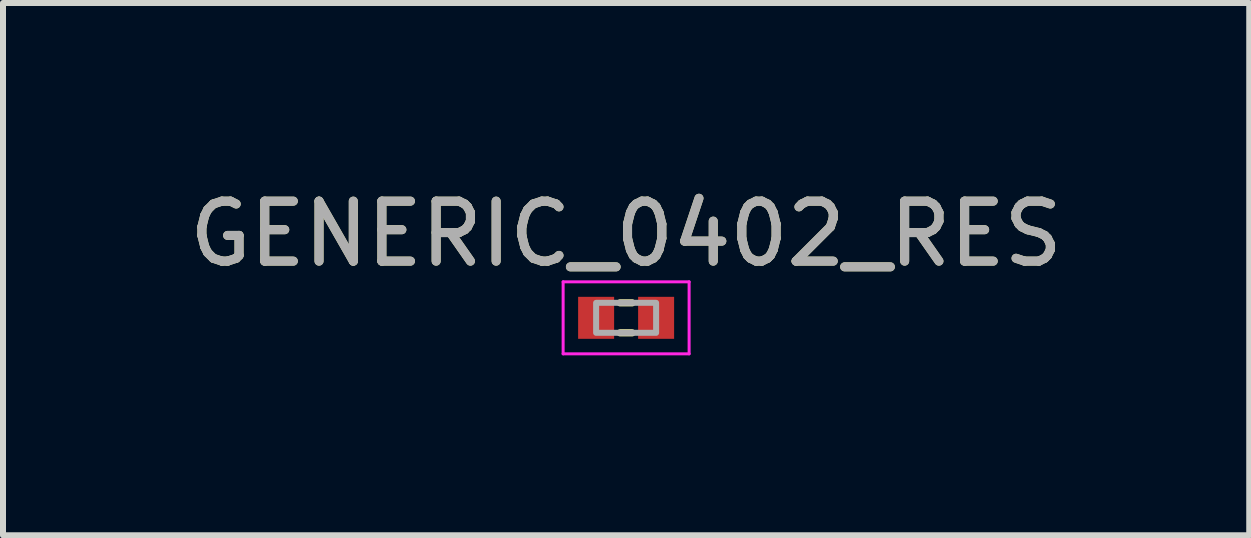
<source format=kicad_pcb>
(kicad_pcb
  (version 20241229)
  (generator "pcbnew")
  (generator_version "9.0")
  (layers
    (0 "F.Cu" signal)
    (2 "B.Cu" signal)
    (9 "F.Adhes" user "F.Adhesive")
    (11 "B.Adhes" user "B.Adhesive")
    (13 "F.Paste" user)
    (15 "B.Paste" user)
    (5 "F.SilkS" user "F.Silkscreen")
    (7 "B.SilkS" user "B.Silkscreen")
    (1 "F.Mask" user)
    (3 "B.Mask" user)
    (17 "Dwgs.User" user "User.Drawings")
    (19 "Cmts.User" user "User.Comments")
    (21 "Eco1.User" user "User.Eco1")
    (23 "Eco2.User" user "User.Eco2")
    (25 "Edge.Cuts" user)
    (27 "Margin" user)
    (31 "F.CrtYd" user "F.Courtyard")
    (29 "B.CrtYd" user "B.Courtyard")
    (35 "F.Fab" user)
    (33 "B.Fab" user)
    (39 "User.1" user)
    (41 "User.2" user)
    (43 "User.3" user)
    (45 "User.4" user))
  (footprint "GENERIC_0402_RES"
    (layer "F.Cu")
    (at 7.387 2.248)
    (property "Reference" "GENERIC_0402_RES" (at 0 -1.4 0) (unlocked yes) (layer "F.SilkS") (effects (font (size 1 1) (thickness 0.15))))
    (attr smd)
    (fp_line (start -0.1 -0.25) (end 0.1 -0.25) (stroke (width 0.12) (type solid)) (layer "F.SilkS"))
    (fp_line (start 0.1 0.25) (end -0.1 0.25) (stroke (width 0.12) (type solid)) (layer "F.SilkS"))
    (fp_line (start -1.05 0.6) (end -1.05 -0.6) (stroke (width 0.05) (type solid)) (layer "F.CrtYd"))
    (fp_line (start 1.05 -0.6) (end -1.05 -0.6) (stroke (width 0.05) (type solid)) (layer "F.CrtYd"))
    (fp_line (start 1.05 0.6) (end -1.05 0.6) (stroke (width 0.05) (type solid)) (layer "F.CrtYd"))
    (fp_line (start 1.05 0.6) (end 1.05 -0.6) (stroke (width 0.05) (type solid)) (layer "F.CrtYd"))
    (fp_rect (start -0.5 -0.25) (end 0.5 0.25) (stroke (width 0.1) (type solid)) (fill no) (layer "F.Fab"))
    (fp_text user "${REFERENCE}" (at 0 -1.4 0) (unlocked yes) (layer "F.Fab") (effects (font (size 1 1) (thickness 0.15))))
    (pad "1" smd rect (at -0.5 0) (size 0.6 0.7) (layers "F.Cu" "F.Mask" "F.Paste"))
    (pad "2" smd rect (at 0.5 0) (size 0.6 0.7) (layers "F.Cu" "F.Mask" "F.Paste")))
  (gr_rect
    (start -3 -3)
    (end 17.774 5.873)
    (stroke (width 0.1) (type default))
    (fill no)
    (layer "Edge.Cuts")))
</source>
